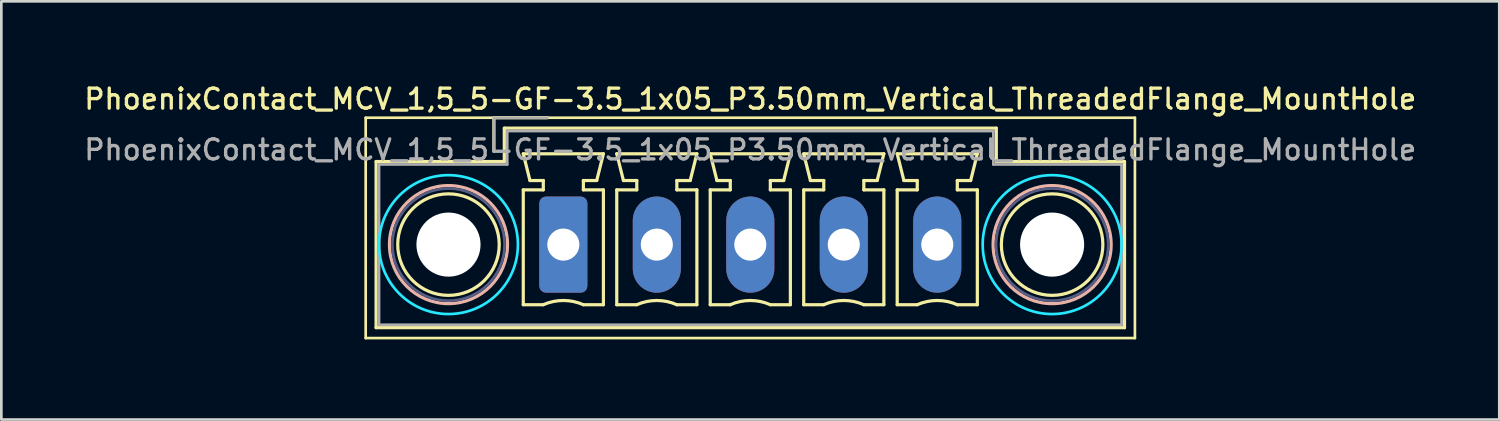
<source format=kicad_pcb>
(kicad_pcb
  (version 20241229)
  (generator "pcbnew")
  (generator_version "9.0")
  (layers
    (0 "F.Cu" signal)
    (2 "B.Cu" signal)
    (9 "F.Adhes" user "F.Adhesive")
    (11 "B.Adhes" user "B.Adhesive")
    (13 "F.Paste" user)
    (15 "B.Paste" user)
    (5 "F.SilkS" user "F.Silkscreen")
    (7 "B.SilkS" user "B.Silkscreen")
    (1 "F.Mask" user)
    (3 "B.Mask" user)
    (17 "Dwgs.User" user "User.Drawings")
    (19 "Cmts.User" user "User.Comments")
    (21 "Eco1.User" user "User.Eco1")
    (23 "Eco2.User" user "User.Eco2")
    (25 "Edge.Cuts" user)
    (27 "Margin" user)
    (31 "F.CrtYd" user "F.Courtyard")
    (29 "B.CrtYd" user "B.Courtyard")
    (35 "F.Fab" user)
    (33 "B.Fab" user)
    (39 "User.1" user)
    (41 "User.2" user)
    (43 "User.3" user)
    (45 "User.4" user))
  (footprint "PhoenixContact_MCV_1,5_5-GF-3.5_1x05_P3.50mm_Vertical_ThreadedFlange_MountHole"
    (layer "F.Cu")
    (at 18.041 6.108)
    (property "Reference" "PhoenixContact_MCV_1,5_5-GF-3.5_1x05_P3.50mm_Vertical_ThreadedFlange_MountHole" (at 7 -5.45 0) (layer "F.SilkS") (effects (font (size 0.75 0.75) (thickness 0.125))))
    (attr through_hole)
    (fp_line (start -7.4 -4.75) (end -7.4 3.5) (stroke (width 0.1) (type solid)) (layer "F.SilkS"))
    (fp_line (start -7.4 3.5) (end 21.4 3.5) (stroke (width 0.1) (type solid)) (layer "F.SilkS"))
    (fp_line (start -7.01 -3.11) (end -7.01 3.11) (stroke (width 0.12) (type solid)) (layer "F.SilkS"))
    (fp_line (start -7.01 3.11) (end 21.01 3.11) (stroke (width 0.12) (type solid)) (layer "F.SilkS"))
    (fp_line (start -2.6 -4.75) (end -0.6 -4.75) (stroke (width 0.12) (type solid)) (layer "F.SilkS"))
    (fp_line (start -2.6 -3.5) (end -2.6 -4.75) (stroke (width 0.12) (type solid)) (layer "F.SilkS"))
    (fp_line (start -2.21 -4.36) (end -2.21 -3.11) (stroke (width 0.12) (type solid)) (layer "F.SilkS"))
    (fp_line (start -2.21 -3.11) (end -7.01 -3.11) (stroke (width 0.12) (type solid)) (layer "F.SilkS"))
    (fp_line (start -1.5 -3.4) (end 1.5 -3.4) (stroke (width 0.12) (type solid)) (layer "F.SilkS"))
    (fp_line (start -1.5 -2.05) (end -0.75 -2.05) (stroke (width 0.12) (type solid)) (layer "F.SilkS"))
    (fp_line (start -1.5 2.25) (end -1.5 -2.05) (stroke (width 0.12) (type solid)) (layer "F.SilkS"))
    (fp_line (start -1.25 -2.4) (end -1.5 -3.4) (stroke (width 0.12) (type solid)) (layer "F.SilkS"))
    (fp_line (start -0.75 -2.4) (end -1.25 -2.4) (stroke (width 0.12) (type solid)) (layer "F.SilkS"))
    (fp_line (start -0.75 -2.05) (end -0.75 -2.4) (stroke (width 0.12) (type solid)) (layer "F.SilkS"))
    (fp_line (start -0.75 2.25) (end -1.5 2.25) (stroke (width 0.12) (type solid)) (layer "F.SilkS"))
    (fp_line (start 0.75 -2.4) (end 0.75 -2.05) (stroke (width 0.12) (type solid)) (layer "F.SilkS"))
    (fp_line (start 0.75 -2.05) (end 1.5 -2.05) (stroke (width 0.12) (type solid)) (layer "F.SilkS"))
    (fp_line (start 1.25 -2.4) (end 0.75 -2.4) (stroke (width 0.12) (type solid)) (layer "F.SilkS"))
    (fp_line (start 1.5 -3.4) (end 1.25 -2.4) (stroke (width 0.12) (type solid)) (layer "F.SilkS"))
    (fp_line (start 1.5 -2.05) (end 1.5 2.25) (stroke (width 0.12) (type solid)) (layer "F.SilkS"))
    (fp_line (start 1.5 2.25) (end 0.75 2.25) (stroke (width 0.12) (type solid)) (layer "F.SilkS"))
    (fp_line (start 2 -3.4) (end 5 -3.4) (stroke (width 0.12) (type solid)) (layer "F.SilkS"))
    (fp_line (start 2 -2.05) (end 2.75 -2.05) (stroke (width 0.12) (type solid)) (layer "F.SilkS"))
    (fp_line (start 2 2.25) (end 2 -2.05) (stroke (width 0.12) (type solid)) (layer "F.SilkS"))
    (fp_line (start 2.25 -2.4) (end 2 -3.4) (stroke (width 0.12) (type solid)) (layer "F.SilkS"))
    (fp_line (start 2.75 -2.4) (end 2.25 -2.4) (stroke (width 0.12) (type solid)) (layer "F.SilkS"))
    (fp_line (start 2.75 -2.05) (end 2.75 -2.4) (stroke (width 0.12) (type solid)) (layer "F.SilkS"))
    (fp_line (start 2.75 2.25) (end 2 2.25) (stroke (width 0.12) (type solid)) (layer "F.SilkS"))
    (fp_line (start 4.25 -2.4) (end 4.25 -2.05) (stroke (width 0.12) (type solid)) (layer "F.SilkS"))
    (fp_line (start 4.25 -2.05) (end 5 -2.05) (stroke (width 0.12) (type solid)) (layer "F.SilkS"))
    (fp_line (start 4.75 -2.4) (end 4.25 -2.4) (stroke (width 0.12) (type solid)) (layer "F.SilkS"))
    (fp_line (start 5 -3.4) (end 4.75 -2.4) (stroke (width 0.12) (type solid)) (layer "F.SilkS"))
    (fp_line (start 5 -2.05) (end 5 2.25) (stroke (width 0.12) (type solid)) (layer "F.SilkS"))
    (fp_line (start 5 2.25) (end 4.25 2.25) (stroke (width 0.12) (type solid)) (layer "F.SilkS"))
    (fp_line (start 5.5 -3.4) (end 8.5 -3.4) (stroke (width 0.12) (type solid)) (layer "F.SilkS"))
    (fp_line (start 5.5 -2.05) (end 6.25 -2.05) (stroke (width 0.12) (type solid)) (layer "F.SilkS"))
    (fp_line (start 5.5 2.25) (end 5.5 -2.05) (stroke (width 0.12) (type solid)) (layer "F.SilkS"))
    (fp_line (start 5.75 -2.4) (end 5.5 -3.4) (stroke (width 0.12) (type solid)) (layer "F.SilkS"))
    (fp_line (start 6.25 -2.4) (end 5.75 -2.4) (stroke (width 0.12) (type solid)) (layer "F.SilkS"))
    (fp_line (start 6.25 -2.05) (end 6.25 -2.4) (stroke (width 0.12) (type solid)) (layer "F.SilkS"))
    (fp_line (start 6.25 2.25) (end 5.5 2.25) (stroke (width 0.12) (type solid)) (layer "F.SilkS"))
    (fp_line (start 7.75 -2.4) (end 7.75 -2.05) (stroke (width 0.12) (type solid)) (layer "F.SilkS"))
    (fp_line (start 7.75 -2.05) (end 8.5 -2.05) (stroke (width 0.12) (type solid)) (layer "F.SilkS"))
    (fp_line (start 8.25 -2.4) (end 7.75 -2.4) (stroke (width 0.12) (type solid)) (layer "F.SilkS"))
    (fp_line (start 8.5 -3.4) (end 8.25 -2.4) (stroke (width 0.12) (type solid)) (layer "F.SilkS"))
    (fp_line (start 8.5 -2.05) (end 8.5 2.25) (stroke (width 0.12) (type solid)) (layer "F.SilkS"))
    (fp_line (start 8.5 2.25) (end 7.75 2.25) (stroke (width 0.12) (type solid)) (layer "F.SilkS"))
    (fp_line (start 9 -3.4) (end 12 -3.4) (stroke (width 0.12) (type solid)) (layer "F.SilkS"))
    (fp_line (start 9 -2.05) (end 9.75 -2.05) (stroke (width 0.12) (type solid)) (layer "F.SilkS"))
    (fp_line (start 9 2.25) (end 9 -2.05) (stroke (width 0.12) (type solid)) (layer "F.SilkS"))
    (fp_line (start 9.25 -2.4) (end 9 -3.4) (stroke (width 0.12) (type solid)) (layer "F.SilkS"))
    (fp_line (start 9.75 -2.4) (end 9.25 -2.4) (stroke (width 0.12) (type solid)) (layer "F.SilkS"))
    (fp_line (start 9.75 -2.05) (end 9.75 -2.4) (stroke (width 0.12) (type solid)) (layer "F.SilkS"))
    (fp_line (start 9.75 2.25) (end 9 2.25) (stroke (width 0.12) (type solid)) (layer "F.SilkS"))
    (fp_line (start 11.25 -2.4) (end 11.25 -2.05) (stroke (width 0.12) (type solid)) (layer "F.SilkS"))
    (fp_line (start 11.25 -2.05) (end 12 -2.05) (stroke (width 0.12) (type solid)) (layer "F.SilkS"))
    (fp_line (start 11.75 -2.4) (end 11.25 -2.4) (stroke (width 0.12) (type solid)) (layer "F.SilkS"))
    (fp_line (start 12 -3.4) (end 11.75 -2.4) (stroke (width 0.12) (type solid)) (layer "F.SilkS"))
    (fp_line (start 12 -2.05) (end 12 2.25) (stroke (width 0.12) (type solid)) (layer "F.SilkS"))
    (fp_line (start 12 2.25) (end 11.25 2.25) (stroke (width 0.12) (type solid)) (layer "F.SilkS"))
    (fp_line (start 12.5 -3.4) (end 15.5 -3.4) (stroke (width 0.12) (type solid)) (layer "F.SilkS"))
    (fp_line (start 12.5 -2.05) (end 13.25 -2.05) (stroke (width 0.12) (type solid)) (layer "F.SilkS"))
    (fp_line (start 12.5 2.25) (end 12.5 -2.05) (stroke (width 0.12) (type solid)) (layer "F.SilkS"))
    (fp_line (start 12.75 -2.4) (end 12.5 -3.4) (stroke (width 0.12) (type solid)) (layer "F.SilkS"))
    (fp_line (start 13.25 -2.4) (end 12.75 -2.4) (stroke (width 0.12) (type solid)) (layer "F.SilkS"))
    (fp_line (start 13.25 -2.05) (end 13.25 -2.4) (stroke (width 0.12) (type solid)) (layer "F.SilkS"))
    (fp_line (start 13.25 2.25) (end 12.5 2.25) (stroke (width 0.12) (type solid)) (layer "F.SilkS"))
    (fp_line (start 14.75 -2.4) (end 14.75 -2.05) (stroke (width 0.12) (type solid)) (layer "F.SilkS"))
    (fp_line (start 14.75 -2.05) (end 15.5 -2.05) (stroke (width 0.12) (type solid)) (layer "F.SilkS"))
    (fp_line (start 15.25 -2.4) (end 14.75 -2.4) (stroke (width 0.12) (type solid)) (layer "F.SilkS"))
    (fp_line (start 15.5 -3.4) (end 15.25 -2.4) (stroke (width 0.12) (type solid)) (layer "F.SilkS"))
    (fp_line (start 15.5 -2.05) (end 15.5 2.25) (stroke (width 0.12) (type solid)) (layer "F.SilkS"))
    (fp_line (start 15.5 2.25) (end 14.75 2.25) (stroke (width 0.12) (type solid)) (layer "F.SilkS"))
    (fp_line (start 16.21 -4.36) (end -2.21 -4.36) (stroke (width 0.12) (type solid)) (layer "F.SilkS"))
    (fp_line (start 16.21 -3.11) (end 16.21 -4.36) (stroke (width 0.12) (type solid)) (layer "F.SilkS"))
    (fp_line (start 21.01 -3.11) (end 16.21 -3.11) (stroke (width 0.12) (type solid)) (layer "F.SilkS"))
    (fp_line (start 21.01 3.11) (end 21.01 -3.11) (stroke (width 0.12) (type solid)) (layer "F.SilkS"))
    (fp_line (start 21.4 -4.75) (end -7.4 -4.75) (stroke (width 0.1) (type solid)) (layer "F.SilkS"))
    (fp_line (start 21.4 3.5) (end 21.4 -4.75) (stroke (width 0.1) (type solid)) (layer "F.SilkS"))
    (fp_arc (start -0.75 2.25) (mid -0.000193 2.09191) (end 0.749647 2.249844) (stroke (width 0.12) (type solid)) (layer "F.SilkS"))
    (fp_arc (start 2.75 2.25) (mid 3.499807 2.09191) (end 4.249647 2.249844) (stroke (width 0.12) (type solid)) (layer "F.SilkS"))
    (fp_arc (start 6.25 2.25) (mid 6.999807 2.09191) (end 7.749647 2.249844) (stroke (width 0.12) (type solid)) (layer "F.SilkS"))
    (fp_arc (start 9.75 2.25) (mid 10.499807 2.09191) (end 11.249647 2.249844) (stroke (width 0.12) (type solid)) (layer "F.SilkS"))
    (fp_arc (start 13.25 2.25) (mid 13.999807 2.09191) (end 14.749647 2.249844) (stroke (width 0.12) (type solid)) (layer "F.SilkS"))
    (fp_circle (center -4.3 0) (end -2.4 0) (stroke (width 0.12) (type solid)) (fill no) (layer "F.SilkS"))
    (fp_circle (center 18.3 0) (end 20.2 0) (stroke (width 0.12) (type solid)) (fill no) (layer "F.SilkS"))
    (fp_circle (center -4.3 0) (end -2.09 0) (stroke (width 0.12) (type solid)) (fill no) (layer "B.SilkS"))
    (fp_circle (center 18.3 0) (end 20.51 0) (stroke (width 0.12) (type solid)) (fill no) (layer "B.SilkS"))
    (fp_circle (center -4.3 0) (end -1.7 0) (stroke (width 0.1) (type solid)) (fill no) (layer "B.CrtYd"))
    (fp_circle (center 18.3 0) (end 20.9 0) (stroke (width 0.1) (type solid)) (fill no) (layer "B.CrtYd"))
    (fp_circle (center -4.3 0) (end -2.2 0) (stroke (width 0.1) (type solid)) (fill no) (layer "B.Fab"))
    (fp_circle (center 18.3 0) (end 20.4 0) (stroke (width 0.1) (type solid)) (fill no) (layer "B.Fab"))
    (fp_line (start -6.9 -3) (end -6.9 3) (stroke (width 0.1) (type solid)) (layer "F.Fab"))
    (fp_line (start -6.9 3) (end 20.9 3) (stroke (width 0.1) (type solid)) (layer "F.Fab"))
    (fp_line (start -2.6 -4.75) (end -0.6 -4.75) (stroke (width 0.1) (type solid)) (layer "F.Fab"))
    (fp_line (start -2.6 -3.5) (end -2.6 -4.75) (stroke (width 0.1) (type solid)) (layer "F.Fab"))
    (fp_line (start -2.1 -4.25) (end -2.1 -3) (stroke (width 0.1) (type solid)) (layer "F.Fab"))
    (fp_line (start -2.1 -3) (end -6.9 -3) (stroke (width 0.1) (type solid)) (layer "F.Fab"))
    (fp_line (start 16.1 -4.25) (end -2.1 -4.25) (stroke (width 0.1) (type solid)) (layer "F.Fab"))
    (fp_line (start 16.1 -3) (end 16.1 -4.25) (stroke (width 0.1) (type solid)) (layer "F.Fab"))
    (fp_line (start 20.9 -3) (end 16.1 -3) (stroke (width 0.1) (type solid)) (layer "F.Fab"))
    (fp_line (start 20.9 3) (end 20.9 -3) (stroke (width 0.1) (type solid)) (layer "F.Fab"))
    (fp_text user "${REFERENCE}" (at 7 -3.55 0) (layer "F.Fab") (effects (font (size 0.75 0.75) (thickness 0.125))))
    (pad "" np_thru_hole circle (at -4.3 0) (size 2.4 2.4) (drill 2.4) (layers "*.Cu" "*.Mask"))
    (pad "" np_thru_hole circle (at 18.3 0) (size 2.4 2.4) (drill 2.4) (layers "*.Cu" "*.Mask"))
    (pad "1" thru_hole roundrect (at 0 0) (size 1.8 3.6) (drill 1.2) (layers "*.Cu" "*.Mask") (roundrect_rratio 0.139))
    (pad "2" thru_hole oval (at 3.5 0) (size 1.8 3.6) (drill 1.2) (layers "*.Cu" "*.Mask"))
    (pad "3" thru_hole oval (at 7 0) (size 1.8 3.6) (drill 1.2) (layers "*.Cu" "*.Mask"))
    (pad "4" thru_hole oval (at 10.5 0) (size 1.8 3.6) (drill 1.2) (layers "*.Cu" "*.Mask"))
    (pad "5" thru_hole oval (at 14 0) (size 1.8 3.6) (drill 1.2) (layers "*.Cu" "*.Mask")))
  (gr_rect
    (start -3 -3)
    (end 53.082 12.658)
    (stroke (width 0.1) (type default))
    (fill no)
    (layer "Edge.Cuts")))
</source>
